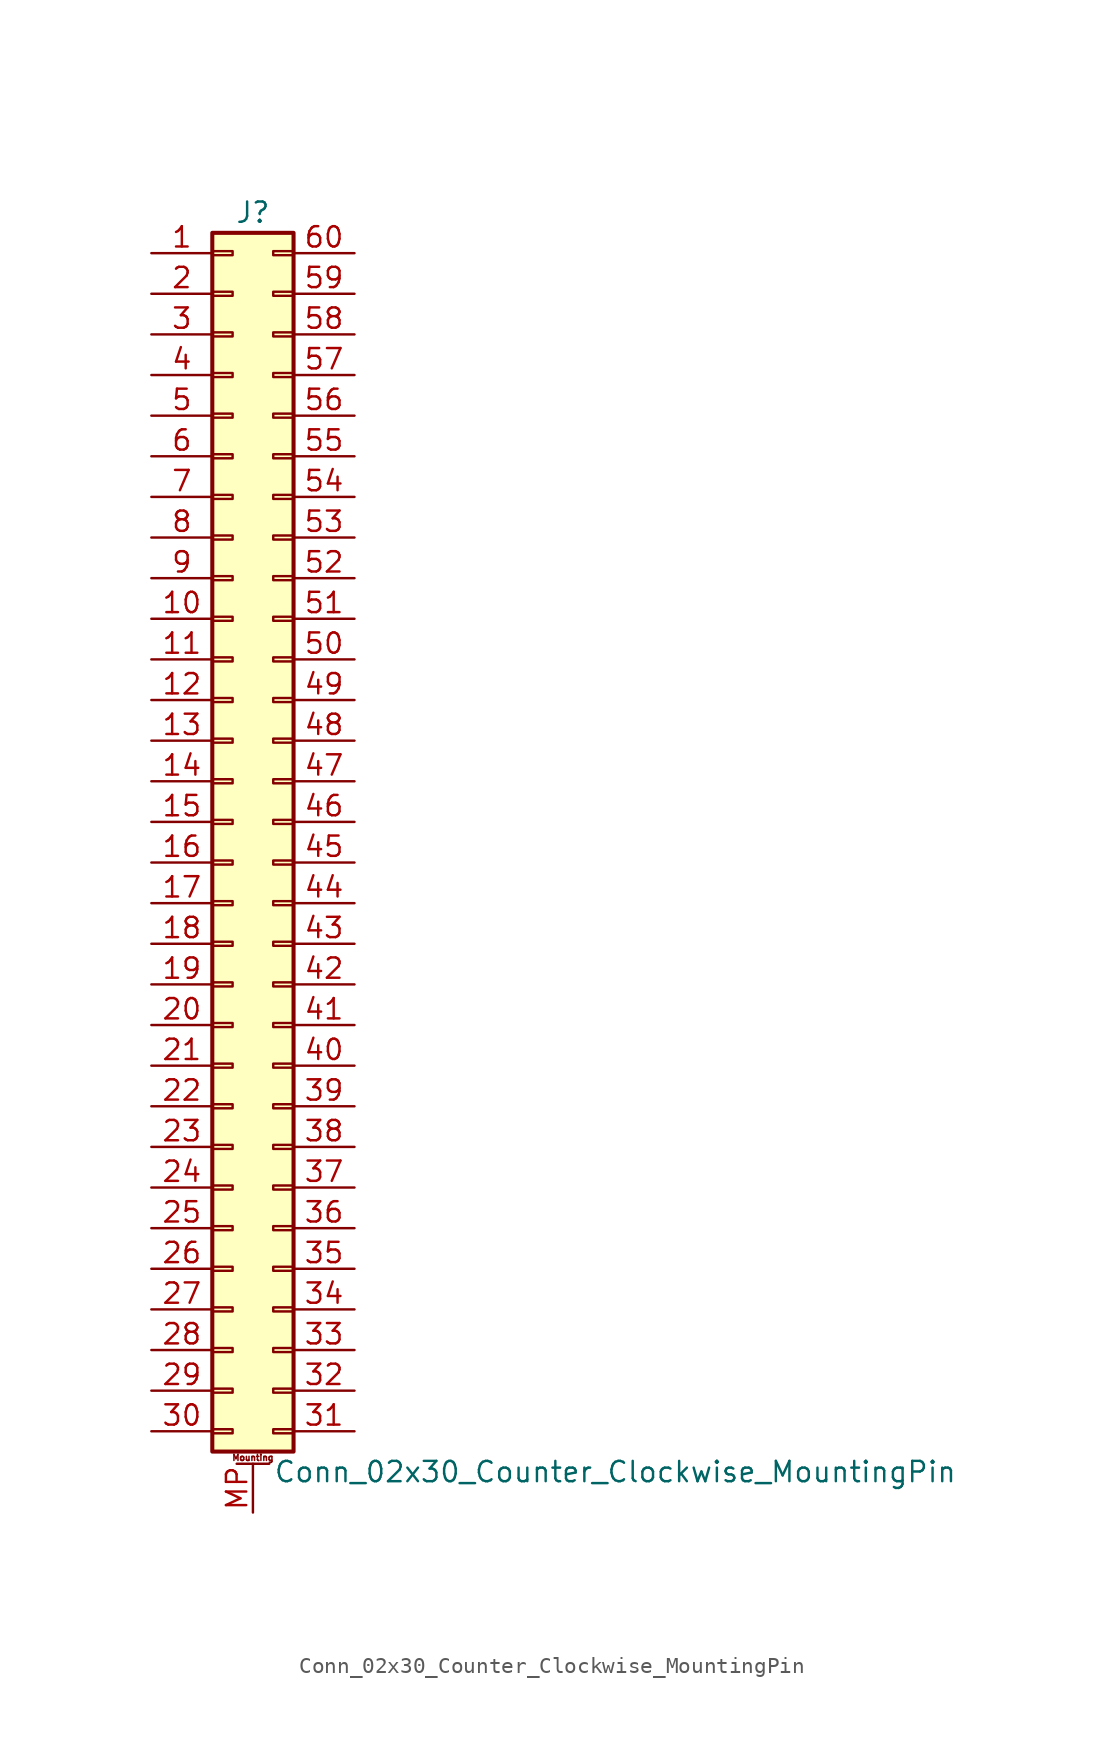
<source format=kicad_sym>
(kicad_symbol_lib
  (version 20201005)
  (generator kicad_symbol_editor)
  (symbol "Connector_Generic_MountingPin:Conn_02x30_Counter_Clockwise_MountingPin"
    (pin_names
      (offset 1.016) hide)
    (property "Reference" "J"
      (at 1.27 38.1 0)
      (effects (font (size 1.27 1.27))))
    (property "Value" "Conn_02x30_Counter_Clockwise_MountingPin"
      (at 2.54 -40.64 0)
      (effects (font (size 1.27 1.27)) (justify left)))
    (symbol "Conn_02x30_Counter_Clockwise_MountingPin_1_1"
      (text "Mounting" (at 1.27 -39.751 0) (effects (font (size 0.381 0.381))))
      (rectangle (start -1.27 -27.813) (end 0 -28.067) (stroke (width 0.152)) (fill (type none)))
      (rectangle (start -1.27 -30.353) (end 0 -30.607) (stroke (width 0.152)) (fill (type none)))
      (rectangle (start -1.27 -32.893) (end 0 -33.147) (stroke (width 0.152)) (fill (type none)))
      (rectangle (start -1.27 -35.433) (end 0 -35.687) (stroke (width 0.152)) (fill (type none)))
      (rectangle (start -1.27 -37.973) (end 0 -38.227) (stroke (width 0.152)) (fill (type none)))
      (rectangle (start -1.27 -4.953) (end 0 -5.207) (stroke (width 0.152)) (fill (type none)))
      (rectangle (start -1.27 -7.493) (end 0 -7.747) (stroke (width 0.152)) (fill (type none)))
      (rectangle (start -1.27 -10.033) (end 0 -10.287) (stroke (width 0.152)) (fill (type none)))
      (rectangle (start -1.27 -12.573) (end 0 -12.827) (stroke (width 0.152)) (fill (type none)))
      (rectangle (start -1.27 -15.113) (end 0 -15.367) (stroke (width 0.152)) (fill (type none)))
      (rectangle (start -1.27 -17.653) (end 0 -17.907) (stroke (width 0.152)) (fill (type none)))
      (rectangle (start -1.27 -20.193) (end 0 -20.447) (stroke (width 0.152)) (fill (type none)))
      (rectangle (start -1.27 -22.733) (end 0 -22.987) (stroke (width 0.152)) (fill (type none)))
      (rectangle (start -1.27 -2.413) (end 0 -2.667) (stroke (width 0.152)) (fill (type none)))
      (rectangle (start -1.27 -25.273) (end 0 -25.527) (stroke (width 0.152)) (fill (type none)))
      (rectangle (start -1.27 25.527) (end 0 25.273) (stroke (width 0.152)) (fill (type none)))
      (rectangle (start -1.27 2.667) (end 0 2.413) (stroke (width 0.152)) (fill (type none)))
      (rectangle (start -1.27 28.067) (end 0 27.813) (stroke (width 0.152)) (fill (type none)))
      (rectangle (start -1.27 30.607) (end 0 30.353) (stroke (width 0.152)) (fill (type none)))
      (rectangle (start -1.27 33.147) (end 0 32.893) (stroke (width 0.152)) (fill (type none)))
      (rectangle (start -1.27 35.687) (end 0 35.433) (stroke (width 0.152)) (fill (type none)))
      (rectangle (start -1.27 36.83) (end 3.81 -39.37) (stroke (width 0.254)) (fill (type background)))
      (rectangle (start -1.27 5.207) (end 0 4.953) (stroke (width 0.152)) (fill (type none)))
      (rectangle (start -1.27 7.747) (end 0 7.493) (stroke (width 0.152)) (fill (type none)))
      (rectangle (start -1.27 10.287) (end 0 10.033) (stroke (width 0.152)) (fill (type none)))
      (rectangle (start -1.27 0.127) (end 0 -0.127) (stroke (width 0.152)) (fill (type none)))
      (rectangle (start -1.27 12.827) (end 0 12.573) (stroke (width 0.152)) (fill (type none)))
      (rectangle (start -1.27 15.367) (end 0 15.113) (stroke (width 0.152)) (fill (type none)))
      (rectangle (start -1.27 17.907) (end 0 17.653) (stroke (width 0.152)) (fill (type none)))
      (rectangle (start -1.27 20.447) (end 0 20.193) (stroke (width 0.152)) (fill (type none)))
      (rectangle (start -1.27 22.987) (end 0 22.733) (stroke (width 0.152)) (fill (type none)))
      (rectangle (start 3.81 -27.813) (end 2.54 -28.067) (stroke (width 0.152)) (fill (type none)))
      (rectangle (start 3.81 -30.353) (end 2.54 -30.607) (stroke (width 0.152)) (fill (type none)))
      (rectangle (start 3.81 -32.893) (end 2.54 -33.147) (stroke (width 0.152)) (fill (type none)))
      (rectangle (start 3.81 -35.433) (end 2.54 -35.687) (stroke (width 0.152)) (fill (type none)))
      (rectangle (start 3.81 -37.973) (end 2.54 -38.227) (stroke (width 0.152)) (fill (type none)))
      (rectangle (start 3.81 -4.953) (end 2.54 -5.207) (stroke (width 0.152)) (fill (type none)))
      (rectangle (start 3.81 -7.493) (end 2.54 -7.747) (stroke (width 0.152)) (fill (type none)))
      (rectangle (start 3.81 -10.033) (end 2.54 -10.287) (stroke (width 0.152)) (fill (type none)))
      (rectangle (start 3.81 -12.573) (end 2.54 -12.827) (stroke (width 0.152)) (fill (type none)))
      (rectangle (start 3.81 -15.113) (end 2.54 -15.367) (stroke (width 0.152)) (fill (type none)))
      (rectangle (start 3.81 -17.653) (end 2.54 -17.907) (stroke (width 0.152)) (fill (type none)))
      (rectangle (start 3.81 -20.193) (end 2.54 -20.447) (stroke (width 0.152)) (fill (type none)))
      (rectangle (start 3.81 -22.733) (end 2.54 -22.987) (stroke (width 0.152)) (fill (type none)))
      (rectangle (start 3.81 -2.413) (end 2.54 -2.667) (stroke (width 0.152)) (fill (type none)))
      (rectangle (start 3.81 -25.273) (end 2.54 -25.527) (stroke (width 0.152)) (fill (type none)))
      (rectangle (start 3.81 25.527) (end 2.54 25.273) (stroke (width 0.152)) (fill (type none)))
      (rectangle (start 3.81 2.667) (end 2.54 2.413) (stroke (width 0.152)) (fill (type none)))
      (rectangle (start 3.81 28.067) (end 2.54 27.813) (stroke (width 0.152)) (fill (type none)))
      (rectangle (start 3.81 30.607) (end 2.54 30.353) (stroke (width 0.152)) (fill (type none)))
      (rectangle (start 3.81 33.147) (end 2.54 32.893) (stroke (width 0.152)) (fill (type none)))
      (rectangle (start 3.81 35.687) (end 2.54 35.433) (stroke (width 0.152)) (fill (type none)))
      (rectangle (start 3.81 5.207) (end 2.54 4.953) (stroke (width 0.152)) (fill (type none)))
      (rectangle (start 3.81 7.747) (end 2.54 7.493) (stroke (width 0.152)) (fill (type none)))
      (rectangle (start 3.81 10.287) (end 2.54 10.033) (stroke (width 0.152)) (fill (type none)))
      (rectangle (start 3.81 0.127) (end 2.54 -0.127) (stroke (width 0.152)) (fill (type none)))
      (rectangle (start 3.81 12.827) (end 2.54 12.573) (stroke (width 0.152)) (fill (type none)))
      (rectangle (start 3.81 15.367) (end 2.54 15.113) (stroke (width 0.152)) (fill (type none)))
      (rectangle (start 3.81 17.907) (end 2.54 17.653) (stroke (width 0.152)) (fill (type none)))
      (rectangle (start 3.81 20.447) (end 2.54 20.193) (stroke (width 0.152)) (fill (type none)))
      (rectangle (start 3.81 22.987) (end 2.54 22.733) (stroke (width 0.152)) (fill (type none)))
      (polyline (pts (xy 0.254 -40.132) (xy 2.286 -40.132)) (stroke (width 0.152)) (fill (type none)))
      (pin passive line (at 1.27 -43.18 90) (length 3.048) (name "MountPin" (effects (font (size 1.27 1.27)))) (number "MP" (effects (font (size 1.27 1.27)))))
      (pin passive line (at -5.08 35.56 0) (length 3.81) (name "Pin_1" (effects (font (size 1.27 1.27)))) (number "1" (effects (font (size 1.27 1.27)))))
      (pin passive line (at -5.08 12.7 0) (length 3.81) (name "Pin_10" (effects (font (size 1.27 1.27)))) (number "10" (effects (font (size 1.27 1.27)))))
      (pin passive line (at -5.08 10.16 0) (length 3.81) (name "Pin_11" (effects (font (size 1.27 1.27)))) (number "11" (effects (font (size 1.27 1.27)))))
      (pin passive line (at -5.08 7.62 0) (length 3.81) (name "Pin_12" (effects (font (size 1.27 1.27)))) (number "12" (effects (font (size 1.27 1.27)))))
      (pin passive line (at -5.08 5.08 0) (length 3.81) (name "Pin_13" (effects (font (size 1.27 1.27)))) (number "13" (effects (font (size 1.27 1.27)))))
      (pin passive line (at -5.08 2.54 0) (length 3.81) (name "Pin_14" (effects (font (size 1.27 1.27)))) (number "14" (effects (font (size 1.27 1.27)))))
      (pin passive line (at -5.08 0 0) (length 3.81) (name "Pin_15" (effects (font (size 1.27 1.27)))) (number "15" (effects (font (size 1.27 1.27)))))
      (pin passive line (at -5.08 -2.54 0) (length 3.81) (name "Pin_16" (effects (font (size 1.27 1.27)))) (number "16" (effects (font (size 1.27 1.27)))))
      (pin passive line (at -5.08 -5.08 0) (length 3.81) (name "Pin_17" (effects (font (size 1.27 1.27)))) (number "17" (effects (font (size 1.27 1.27)))))
      (pin passive line (at -5.08 -7.62 0) (length 3.81) (name "Pin_18" (effects (font (size 1.27 1.27)))) (number "18" (effects (font (size 1.27 1.27)))))
      (pin passive line (at -5.08 -10.16 0) (length 3.81) (name "Pin_19" (effects (font (size 1.27 1.27)))) (number "19" (effects (font (size 1.27 1.27)))))
      (pin passive line (at -5.08 33.02 0) (length 3.81) (name "Pin_2" (effects (font (size 1.27 1.27)))) (number "2" (effects (font (size 1.27 1.27)))))
      (pin passive line (at -5.08 -12.7 0) (length 3.81) (name "Pin_20" (effects (font (size 1.27 1.27)))) (number "20" (effects (font (size 1.27 1.27)))))
      (pin passive line (at -5.08 -15.24 0) (length 3.81) (name "Pin_21" (effects (font (size 1.27 1.27)))) (number "21" (effects (font (size 1.27 1.27)))))
      (pin passive line (at -5.08 -17.78 0) (length 3.81) (name "Pin_22" (effects (font (size 1.27 1.27)))) (number "22" (effects (font (size 1.27 1.27)))))
      (pin passive line (at -5.08 -20.32 0) (length 3.81) (name "Pin_23" (effects (font (size 1.27 1.27)))) (number "23" (effects (font (size 1.27 1.27)))))
      (pin passive line (at -5.08 -22.86 0) (length 3.81) (name "Pin_24" (effects (font (size 1.27 1.27)))) (number "24" (effects (font (size 1.27 1.27)))))
      (pin passive line (at -5.08 -25.4 0) (length 3.81) (name "Pin_25" (effects (font (size 1.27 1.27)))) (number "25" (effects (font (size 1.27 1.27)))))
      (pin passive line (at -5.08 -27.94 0) (length 3.81) (name "Pin_26" (effects (font (size 1.27 1.27)))) (number "26" (effects (font (size 1.27 1.27)))))
      (pin passive line (at -5.08 -30.48 0) (length 3.81) (name "Pin_27" (effects (font (size 1.27 1.27)))) (number "27" (effects (font (size 1.27 1.27)))))
      (pin passive line (at -5.08 -33.02 0) (length 3.81) (name "Pin_28" (effects (font (size 1.27 1.27)))) (number "28" (effects (font (size 1.27 1.27)))))
      (pin passive line (at -5.08 -35.56 0) (length 3.81) (name "Pin_29" (effects (font (size 1.27 1.27)))) (number "29" (effects (font (size 1.27 1.27)))))
      (pin passive line (at -5.08 30.48 0) (length 3.81) (name "Pin_3" (effects (font (size 1.27 1.27)))) (number "3" (effects (font (size 1.27 1.27)))))
      (pin passive line (at -5.08 -38.1 0) (length 3.81) (name "Pin_30" (effects (font (size 1.27 1.27)))) (number "30" (effects (font (size 1.27 1.27)))))
      (pin passive line (at 7.62 -38.1 180) (length 3.81) (name "Pin_31" (effects (font (size 1.27 1.27)))) (number "31" (effects (font (size 1.27 1.27)))))
      (pin passive line (at 7.62 -35.56 180) (length 3.81) (name "Pin_32" (effects (font (size 1.27 1.27)))) (number "32" (effects (font (size 1.27 1.27)))))
      (pin passive line (at 7.62 -33.02 180) (length 3.81) (name "Pin_33" (effects (font (size 1.27 1.27)))) (number "33" (effects (font (size 1.27 1.27)))))
      (pin passive line (at 7.62 -30.48 180) (length 3.81) (name "Pin_34" (effects (font (size 1.27 1.27)))) (number "34" (effects (font (size 1.27 1.27)))))
      (pin passive line (at 7.62 -27.94 180) (length 3.81) (name "Pin_35" (effects (font (size 1.27 1.27)))) (number "35" (effects (font (size 1.27 1.27)))))
      (pin passive line (at 7.62 -25.4 180) (length 3.81) (name "Pin_36" (effects (font (size 1.27 1.27)))) (number "36" (effects (font (size 1.27 1.27)))))
      (pin passive line (at 7.62 -22.86 180) (length 3.81) (name "Pin_37" (effects (font (size 1.27 1.27)))) (number "37" (effects (font (size 1.27 1.27)))))
      (pin passive line (at 7.62 -20.32 180) (length 3.81) (name "Pin_38" (effects (font (size 1.27 1.27)))) (number "38" (effects (font (size 1.27 1.27)))))
      (pin passive line (at 7.62 -17.78 180) (length 3.81) (name "Pin_39" (effects (font (size 1.27 1.27)))) (number "39" (effects (font (size 1.27 1.27)))))
      (pin passive line (at -5.08 27.94 0) (length 3.81) (name "Pin_4" (effects (font (size 1.27 1.27)))) (number "4" (effects (font (size 1.27 1.27)))))
      (pin passive line (at 7.62 -15.24 180) (length 3.81) (name "Pin_40" (effects (font (size 1.27 1.27)))) (number "40" (effects (font (size 1.27 1.27)))))
      (pin passive line (at 7.62 -12.7 180) (length 3.81) (name "Pin_41" (effects (font (size 1.27 1.27)))) (number "41" (effects (font (size 1.27 1.27)))))
      (pin passive line (at 7.62 -10.16 180) (length 3.81) (name "Pin_42" (effects (font (size 1.27 1.27)))) (number "42" (effects (font (size 1.27 1.27)))))
      (pin passive line (at 7.62 -7.62 180) (length 3.81) (name "Pin_43" (effects (font (size 1.27 1.27)))) (number "43" (effects (font (size 1.27 1.27)))))
      (pin passive line (at 7.62 -5.08 180) (length 3.81) (name "Pin_44" (effects (font (size 1.27 1.27)))) (number "44" (effects (font (size 1.27 1.27)))))
      (pin passive line (at 7.62 -2.54 180) (length 3.81) (name "Pin_45" (effects (font (size 1.27 1.27)))) (number "45" (effects (font (size 1.27 1.27)))))
      (pin passive line (at 7.62 0 180) (length 3.81) (name "Pin_46" (effects (font (size 1.27 1.27)))) (number "46" (effects (font (size 1.27 1.27)))))
      (pin passive line (at 7.62 2.54 180) (length 3.81) (name "Pin_47" (effects (font (size 1.27 1.27)))) (number "47" (effects (font (size 1.27 1.27)))))
      (pin passive line (at 7.62 5.08 180) (length 3.81) (name "Pin_48" (effects (font (size 1.27 1.27)))) (number "48" (effects (font (size 1.27 1.27)))))
      (pin passive line (at 7.62 7.62 180) (length 3.81) (name "Pin_49" (effects (font (size 1.27 1.27)))) (number "49" (effects (font (size 1.27 1.27)))))
      (pin passive line (at -5.08 25.4 0) (length 3.81) (name "Pin_5" (effects (font (size 1.27 1.27)))) (number "5" (effects (font (size 1.27 1.27)))))
      (pin passive line (at 7.62 10.16 180) (length 3.81) (name "Pin_50" (effects (font (size 1.27 1.27)))) (number "50" (effects (font (size 1.27 1.27)))))
      (pin passive line (at 7.62 12.7 180) (length 3.81) (name "Pin_51" (effects (font (size 1.27 1.27)))) (number "51" (effects (font (size 1.27 1.27)))))
      (pin passive line (at 7.62 15.24 180) (length 3.81) (name "Pin_52" (effects (font (size 1.27 1.27)))) (number "52" (effects (font (size 1.27 1.27)))))
      (pin passive line (at 7.62 17.78 180) (length 3.81) (name "Pin_53" (effects (font (size 1.27 1.27)))) (number "53" (effects (font (size 1.27 1.27)))))
      (pin passive line (at 7.62 20.32 180) (length 3.81) (name "Pin_54" (effects (font (size 1.27 1.27)))) (number "54" (effects (font (size 1.27 1.27)))))
      (pin passive line (at 7.62 22.86 180) (length 3.81) (name "Pin_55" (effects (font (size 1.27 1.27)))) (number "55" (effects (font (size 1.27 1.27)))))
      (pin passive line (at 7.62 25.4 180) (length 3.81) (name "Pin_56" (effects (font (size 1.27 1.27)))) (number "56" (effects (font (size 1.27 1.27)))))
      (pin passive line (at 7.62 27.94 180) (length 3.81) (name "Pin_57" (effects (font (size 1.27 1.27)))) (number "57" (effects (font (size 1.27 1.27)))))
      (pin passive line (at 7.62 30.48 180) (length 3.81) (name "Pin_58" (effects (font (size 1.27 1.27)))) (number "58" (effects (font (size 1.27 1.27)))))
      (pin passive line (at 7.62 33.02 180) (length 3.81) (name "Pin_59" (effects (font (size 1.27 1.27)))) (number "59" (effects (font (size 1.27 1.27)))))
      (pin passive line (at -5.08 22.86 0) (length 3.81) (name "Pin_6" (effects (font (size 1.27 1.27)))) (number "6" (effects (font (size 1.27 1.27)))))
      (pin passive line (at 7.62 35.56 180) (length 3.81) (name "Pin_60" (effects (font (size 1.27 1.27)))) (number "60" (effects (font (size 1.27 1.27)))))
      (pin passive line (at -5.08 20.32 0) (length 3.81) (name "Pin_7" (effects (font (size 1.27 1.27)))) (number "7" (effects (font (size 1.27 1.27)))))
      (pin passive line (at -5.08 17.78 0) (length 3.81) (name "Pin_8" (effects (font (size 1.27 1.27)))) (number "8" (effects (font (size 1.27 1.27)))))
      (pin passive line (at -5.08 15.24 0) (length 3.81) (name "Pin_9" (effects (font (size 1.27 1.27)))) (number "9" (effects (font (size 1.27 1.27))))))))
</source>
